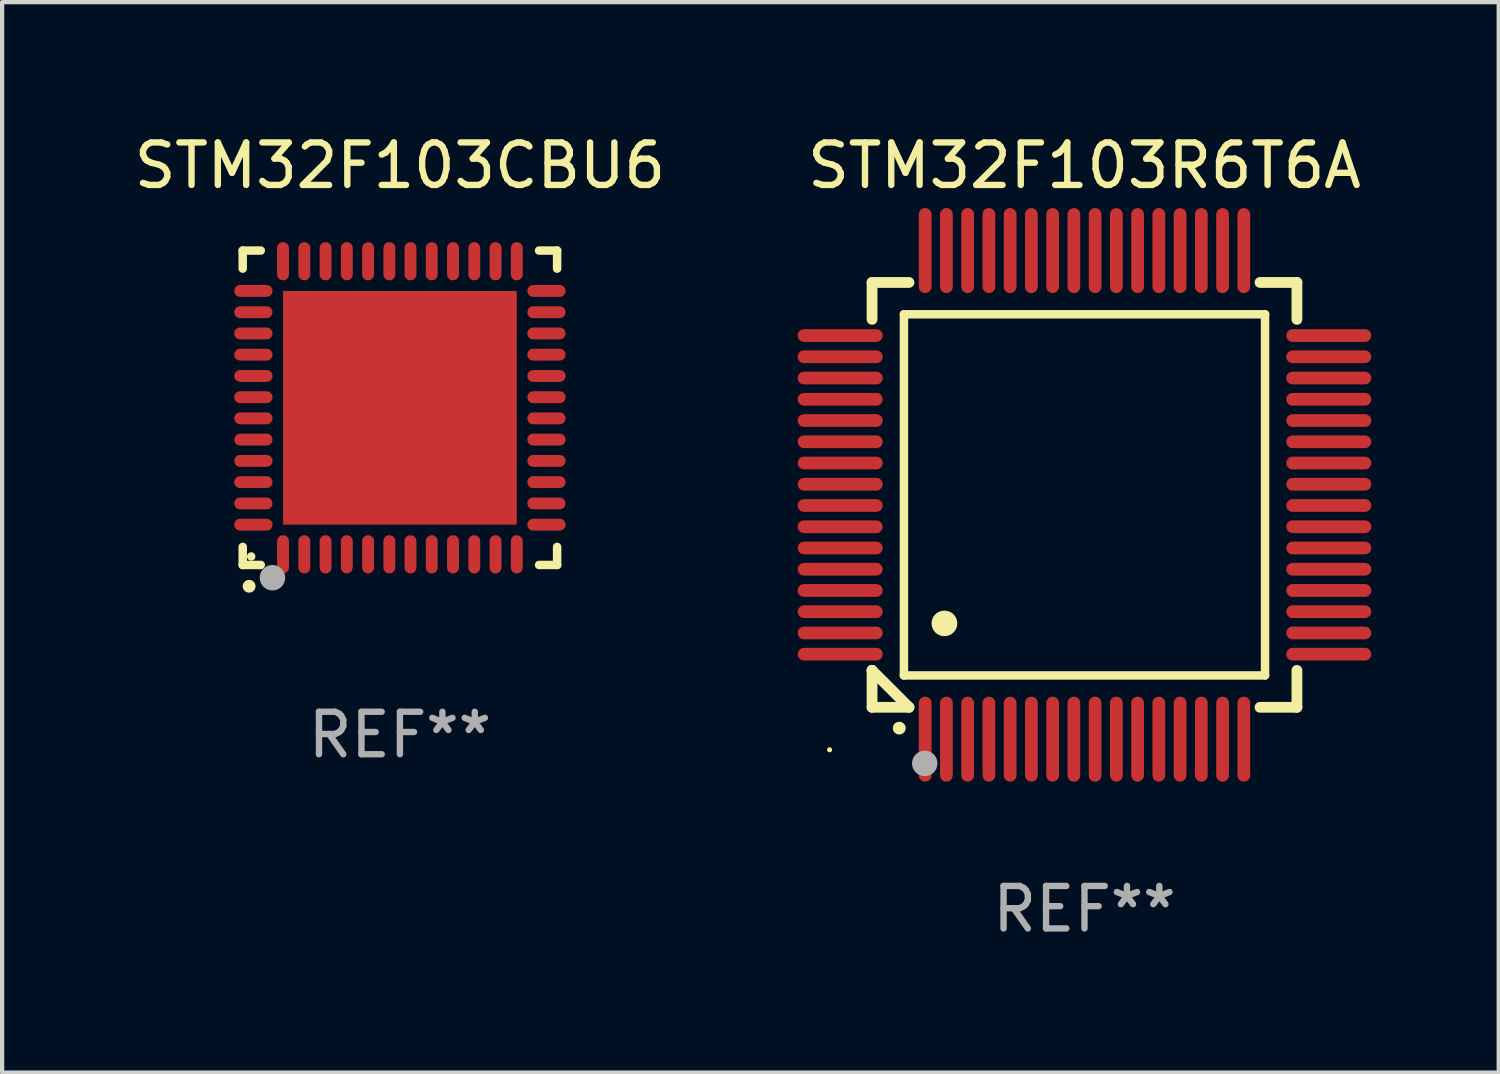
<source format=kicad_pcb>
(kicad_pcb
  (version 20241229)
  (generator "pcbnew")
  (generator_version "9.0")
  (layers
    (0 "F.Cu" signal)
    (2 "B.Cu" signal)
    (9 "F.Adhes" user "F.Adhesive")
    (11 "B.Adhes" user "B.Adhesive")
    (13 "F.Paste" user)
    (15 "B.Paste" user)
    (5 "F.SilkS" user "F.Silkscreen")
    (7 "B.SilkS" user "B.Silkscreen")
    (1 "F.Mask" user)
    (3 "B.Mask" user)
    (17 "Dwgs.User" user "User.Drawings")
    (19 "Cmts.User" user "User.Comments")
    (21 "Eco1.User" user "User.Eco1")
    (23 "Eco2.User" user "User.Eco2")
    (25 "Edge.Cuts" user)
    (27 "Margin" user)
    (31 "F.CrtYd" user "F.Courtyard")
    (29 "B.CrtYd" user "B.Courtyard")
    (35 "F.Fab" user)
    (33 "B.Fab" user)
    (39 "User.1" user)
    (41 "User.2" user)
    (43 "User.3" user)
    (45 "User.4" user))
  (footprint "STM32F103CBU6"
    (layer "F.Cu")
    (at 6.363 6.548)
    (property "Reference" "STM32F103CBU6" (at 0 -5.7 0) (layer "F.SilkS") (effects (font (size 1 1) (thickness 0.15))))
    (attr through_hole)
    (fp_line (start -3.7 -3.7) (end -3.275 -3.7) (stroke (width 0.2) (type solid)) (layer "F.SilkS"))
    (fp_line (start -3.7 -3.275) (end -3.7 -3.7) (stroke (width 0.2) (type solid)) (layer "F.SilkS"))
    (fp_line (start -3.7 3.7) (end -3.7 3.275) (stroke (width 0.2) (type solid)) (layer "F.SilkS"))
    (fp_line (start -3.275 3.7) (end -3.7 3.7) (stroke (width 0.2) (type solid)) (layer "F.SilkS"))
    (fp_line (start 3.7 -3.7) (end 3.275 -3.7) (stroke (width 0.2) (type solid)) (layer "F.SilkS"))
    (fp_line (start 3.7 -3.275) (end 3.7 -3.7) (stroke (width 0.2) (type solid)) (layer "F.SilkS"))
    (fp_line (start 3.7 3.275) (end 3.7 3.7) (stroke (width 0.2) (type solid)) (layer "F.SilkS"))
    (fp_line (start 3.7 3.7) (end 3.275 3.7) (stroke (width 0.2) (type solid)) (layer "F.SilkS"))
    (fp_arc (start -3.550927 4.201168) (mid -3.549657 4.201163) (end -3.548387 4.201168) (stroke (width 0.3) (type solid)) (layer "F.SilkS"))
    (fp_circle (center -3.5 3.5) (end -3.45 3.5) (stroke (width 0.1) (type solid)) (fill no) (layer "F.SilkS"))
    (fp_circle (center -3 4) (end -2.85 4) (stroke (width 0.3) (type solid)) (fill no) (layer "F.Fab"))
    (fp_text user "REF**" (at 0 7.7 0) (layer "F.Fab") (effects (font (size 1 1) (thickness 0.15))))
    (pad "1" smd oval (at -2.751 3.449) (size 0.28 0.9) (layers "F.Cu" "F.Mask" "F.Paste"))
    (pad "2" smd oval (at -2.25 3.449) (size 0.28 0.9) (layers "F.Cu" "F.Mask" "F.Paste"))
    (pad "3" smd oval (at -1.75 3.449) (size 0.28 0.9) (layers "F.Cu" "F.Mask" "F.Paste"))
    (pad "4" smd oval (at -1.25 3.449) (size 0.28 0.9) (layers "F.Cu" "F.Mask" "F.Paste"))
    (pad "5" smd oval (at -0.749 3.449) (size 0.28 0.9) (layers "F.Cu" "F.Mask" "F.Paste"))
    (pad "6" smd oval (at -0.249 3.449) (size 0.28 0.9) (layers "F.Cu" "F.Mask" "F.Paste"))
    (pad "7" smd oval (at 0.249 3.449) (size 0.28 0.9) (layers "F.Cu" "F.Mask" "F.Paste"))
    (pad "8" smd oval (at 0.749 3.449) (size 0.28 0.9) (layers "F.Cu" "F.Mask" "F.Paste"))
    (pad "9" smd oval (at 1.25 3.449) (size 0.28 0.9) (layers "F.Cu" "F.Mask" "F.Paste"))
    (pad "10" smd oval (at 1.75 3.449) (size 0.28 0.9) (layers "F.Cu" "F.Mask" "F.Paste"))
    (pad "11" smd oval (at 2.251 3.449) (size 0.28 0.9) (layers "F.Cu" "F.Mask" "F.Paste"))
    (pad "12" smd oval (at 2.751 3.449) (size 0.28 0.9) (layers "F.Cu" "F.Mask" "F.Paste"))
    (pad "13" smd oval (at 3.449 2.751) (size 0.9 0.28) (layers "F.Cu" "F.Mask" "F.Paste"))
    (pad "14" smd oval (at 3.449 2.251) (size 0.9 0.28) (layers "F.Cu" "F.Mask" "F.Paste"))
    (pad "15" smd oval (at 3.449 1.75) (size 0.9 0.28) (layers "F.Cu" "F.Mask" "F.Paste"))
    (pad "16" smd oval (at 3.449 1.25) (size 0.9 0.28) (layers "F.Cu" "F.Mask" "F.Paste"))
    (pad "17" smd oval (at 3.449 0.749) (size 0.9 0.28) (layers "F.Cu" "F.Mask" "F.Paste"))
    (pad "18" smd oval (at 3.449 0.249) (size 0.9 0.28) (layers "F.Cu" "F.Mask" "F.Paste"))
    (pad "19" smd oval (at 3.449 -0.249) (size 0.9 0.28) (layers "F.Cu" "F.Mask" "F.Paste"))
    (pad "20" smd oval (at 3.449 -0.749) (size 0.9 0.28) (layers "F.Cu" "F.Mask" "F.Paste"))
    (pad "21" smd oval (at 3.449 -1.25) (size 0.9 0.28) (layers "F.Cu" "F.Mask" "F.Paste"))
    (pad "22" smd oval (at 3.449 -1.75) (size 0.9 0.28) (layers "F.Cu" "F.Mask" "F.Paste"))
    (pad "23" smd oval (at 3.449 -2.25) (size 0.9 0.28) (layers "F.Cu" "F.Mask" "F.Paste"))
    (pad "24" smd oval (at 3.449 -2.751) (size 0.9 0.28) (layers "F.Cu" "F.Mask" "F.Paste"))
    (pad "25" smd oval (at 2.751 -3.449) (size 0.28 0.9) (layers "F.Cu" "F.Mask" "F.Paste"))
    (pad "26" smd oval (at 2.251 -3.449) (size 0.28 0.9) (layers "F.Cu" "F.Mask" "F.Paste"))
    (pad "27" smd oval (at 1.75 -3.449) (size 0.28 0.9) (layers "F.Cu" "F.Mask" "F.Paste"))
    (pad "28" smd oval (at 1.25 -3.449) (size 0.28 0.9) (layers "F.Cu" "F.Mask" "F.Paste"))
    (pad "29" smd oval (at 0.749 -3.449) (size 0.28 0.9) (layers "F.Cu" "F.Mask" "F.Paste"))
    (pad "30" smd oval (at 0.249 -3.449) (size 0.28 0.9) (layers "F.Cu" "F.Mask" "F.Paste"))
    (pad "31" smd oval (at -0.249 -3.449) (size 0.28 0.9) (layers "F.Cu" "F.Mask" "F.Paste"))
    (pad "32" smd oval (at -0.749 -3.449) (size 0.28 0.9) (layers "F.Cu" "F.Mask" "F.Paste"))
    (pad "33" smd oval (at -1.25 -3.449) (size 0.28 0.9) (layers "F.Cu" "F.Mask" "F.Paste"))
    (pad "34" smd oval (at -1.75 -3.449) (size 0.28 0.9) (layers "F.Cu" "F.Mask" "F.Paste"))
    (pad "35" smd oval (at -2.25 -3.449) (size 0.28 0.9) (layers "F.Cu" "F.Mask" "F.Paste"))
    (pad "36" smd oval (at -2.751 -3.449) (size 0.28 0.9) (layers "F.Cu" "F.Mask" "F.Paste"))
    (pad "37" smd oval (at -3.449 -2.751) (size 0.9 0.28) (layers "F.Cu" "F.Mask" "F.Paste"))
    (pad "38" smd oval (at -3.449 -2.25) (size 0.9 0.28) (layers "F.Cu" "F.Mask" "F.Paste"))
    (pad "39" smd oval (at -3.449 -1.75) (size 0.9 0.28) (layers "F.Cu" "F.Mask" "F.Paste"))
    (pad "40" smd oval (at -3.449 -1.25) (size 0.9 0.28) (layers "F.Cu" "F.Mask" "F.Paste"))
    (pad "41" smd oval (at -3.449 -0.749) (size 0.9 0.28) (layers "F.Cu" "F.Mask" "F.Paste"))
    (pad "42" smd oval (at -3.449 -0.249) (size 0.9 0.28) (layers "F.Cu" "F.Mask" "F.Paste"))
    (pad "43" smd oval (at -3.449 0.249) (size 0.9 0.28) (layers "F.Cu" "F.Mask" "F.Paste"))
    (pad "44" smd oval (at -3.449 0.749) (size 0.9 0.28) (layers "F.Cu" "F.Mask" "F.Paste"))
    (pad "45" smd oval (at -3.449 1.25) (size 0.9 0.28) (layers "F.Cu" "F.Mask" "F.Paste"))
    (pad "46" smd oval (at -3.449 1.75) (size 0.9 0.28) (layers "F.Cu" "F.Mask" "F.Paste"))
    (pad "47" smd oval (at -3.449 2.251) (size 0.9 0.28) (layers "F.Cu" "F.Mask" "F.Paste"))
    (pad "48" smd oval (at -3.449 2.751) (size 0.9 0.28) (layers "F.Cu" "F.Mask" "F.Paste"))
    (pad "49" smd rect (at 0.000076 0.000076) (size 5.5 5.5) (layers "F.Cu" "F.Mask" "F.Paste")))
  (footprint "STM32F103R6T6A"
    (layer "F.Cu")
    (at 22.476 8.598)
    (property "Reference" "STM32F103R6T6A" (at 0 -7.75 0) (layer "F.SilkS") (effects (font (size 1 1) (thickness 0.15))))
    (attr through_hole)
    (fp_line (start -5 -5) (end -4.131 -5) (stroke (width 0.254) (type solid)) (layer "F.SilkS"))
    (fp_line (start -5 -4.131) (end -5 -5) (stroke (width 0.254) (type solid)) (layer "F.SilkS"))
    (fp_line (start -5 4.131) (end -5 4.131) (stroke (width 0.254) (type solid)) (layer "F.SilkS"))
    (fp_line (start -5 5) (end -5 4.131) (stroke (width 0.254) (type solid)) (layer "F.SilkS"))
    (fp_line (start -5 4.131) (end -4.131 5) (stroke (width 0.254) (type solid)) (layer "F.SilkS"))
    (fp_line (start -4.25 -4.25) (end -4.25 4.25) (stroke (width 0.2) (type solid)) (layer "F.SilkS"))
    (fp_line (start -4.25 4.25) (end 4.25 4.25) (stroke (width 0.2) (type solid)) (layer "F.SilkS"))
    (fp_line (start -4.131 5) (end -5 5) (stroke (width 0.254) (type solid)) (layer "F.SilkS"))
    (fp_line (start 4.25 -4.25) (end -4.25 -4.25) (stroke (width 0.2) (type solid)) (layer "F.SilkS"))
    (fp_line (start 4.25 4.25) (end 4.25 -4.25) (stroke (width 0.2) (type solid)) (layer "F.SilkS"))
    (fp_line (start 5 -5) (end 4.131 -5) (stroke (width 0.254) (type solid)) (layer "F.SilkS"))
    (fp_line (start 5 -5) (end 5 -4.131) (stroke (width 0.254) (type solid)) (layer "F.SilkS"))
    (fp_line (start 5 4.131) (end 5 5) (stroke (width 0.254) (type solid)) (layer "F.SilkS"))
    (fp_line (start 5 5) (end 4.131 5) (stroke (width 0.254) (type solid)) (layer "F.SilkS"))
    (fp_arc (start -4.361265 5.489992) (mid -4.359995 5.489987) (end -4.358725 5.489992) (stroke (width 0.3) (type solid)) (layer "F.SilkS"))
    (fp_arc (start -3.299467 3.025146) (mid -3.296927 3.025135) (end -3.294387 3.025146) (stroke (width 0.6) (type solid)) (layer "F.SilkS"))
    (fp_circle (center -6 6) (end -5.97 6) (stroke (width 0.06) (type solid)) (fill no) (layer "F.SilkS"))
    (fp_circle (center -3.76 6.32) (end -3.61 6.32) (stroke (width 0.3) (type solid)) (fill no) (layer "F.Fab"))
    (fp_text user "REF**" (at 0 9.75 0) (layer "F.Fab") (effects (font (size 1 1) (thickness 0.15))))
    (pad "1" smd oval (at -3.75 5.75) (size 0.3 2) (layers "F.Cu" "F.Mask" "F.Paste"))
    (pad "2" smd oval (at -3.25 5.75) (size 0.3 2) (layers "F.Cu" "F.Mask" "F.Paste"))
    (pad "3" smd oval (at -2.75 5.75) (size 0.3 2) (layers "F.Cu" "F.Mask" "F.Paste"))
    (pad "4" smd oval (at -2.25 5.75) (size 0.3 2) (layers "F.Cu" "F.Mask" "F.Paste"))
    (pad "5" smd oval (at -1.75 5.75) (size 0.3 2) (layers "F.Cu" "F.Mask" "F.Paste"))
    (pad "6" smd oval (at -1.25 5.75) (size 0.3 2) (layers "F.Cu" "F.Mask" "F.Paste"))
    (pad "7" smd oval (at -0.75 5.75) (size 0.3 2) (layers "F.Cu" "F.Mask" "F.Paste"))
    (pad "8" smd oval (at -0.25 5.75) (size 0.3 2) (layers "F.Cu" "F.Mask" "F.Paste"))
    (pad "9" smd oval (at 0.25 5.75) (size 0.3 2) (layers "F.Cu" "F.Mask" "F.Paste"))
    (pad "10" smd oval (at 0.75 5.75) (size 0.3 2) (layers "F.Cu" "F.Mask" "F.Paste"))
    (pad "11" smd oval (at 1.25 5.75) (size 0.3 2) (layers "F.Cu" "F.Mask" "F.Paste"))
    (pad "12" smd oval (at 1.75 5.75) (size 0.3 2) (layers "F.Cu" "F.Mask" "F.Paste"))
    (pad "13" smd oval (at 2.25 5.75) (size 0.3 2) (layers "F.Cu" "F.Mask" "F.Paste"))
    (pad "14" smd oval (at 2.75 5.75) (size 0.3 2) (layers "F.Cu" "F.Mask" "F.Paste"))
    (pad "15" smd oval (at 3.25 5.75) (size 0.3 2) (layers "F.Cu" "F.Mask" "F.Paste"))
    (pad "16" smd oval (at 3.75 5.75) (size 0.3 2) (layers "F.Cu" "F.Mask" "F.Paste"))
    (pad "17" smd oval (at 5.75 3.75) (size 2 0.3) (layers "F.Cu" "F.Mask" "F.Paste"))
    (pad "18" smd oval (at 5.75 3.25) (size 2 0.3) (layers "F.Cu" "F.Mask" "F.Paste"))
    (pad "19" smd oval (at 5.75 2.75) (size 2 0.3) (layers "F.Cu" "F.Mask" "F.Paste"))
    (pad "20" smd oval (at 5.75 2.25) (size 2 0.3) (layers "F.Cu" "F.Mask" "F.Paste"))
    (pad "21" smd oval (at 5.75 1.75) (size 2 0.3) (layers "F.Cu" "F.Mask" "F.Paste"))
    (pad "22" smd oval (at 5.75 1.25) (size 2 0.3) (layers "F.Cu" "F.Mask" "F.Paste"))
    (pad "23" smd oval (at 5.75 0.75) (size 2 0.3) (layers "F.Cu" "F.Mask" "F.Paste"))
    (pad "24" smd oval (at 5.75 0.25) (size 2 0.3) (layers "F.Cu" "F.Mask" "F.Paste"))
    (pad "25" smd oval (at 5.75 -0.25) (size 2 0.3) (layers "F.Cu" "F.Mask" "F.Paste"))
    (pad "26" smd oval (at 5.75 -0.75) (size 2 0.3) (layers "F.Cu" "F.Mask" "F.Paste"))
    (pad "27" smd oval (at 5.75 -1.25) (size 2 0.3) (layers "F.Cu" "F.Mask" "F.Paste"))
    (pad "28" smd oval (at 5.75 -1.75) (size 2 0.3) (layers "F.Cu" "F.Mask" "F.Paste"))
    (pad "29" smd oval (at 5.75 -2.25) (size 2 0.3) (layers "F.Cu" "F.Mask" "F.Paste"))
    (pad "30" smd oval (at 5.75 -2.75) (size 2 0.3) (layers "F.Cu" "F.Mask" "F.Paste"))
    (pad "31" smd oval (at 5.75 -3.25) (size 2 0.3) (layers "F.Cu" "F.Mask" "F.Paste"))
    (pad "32" smd oval (at 5.75 -3.75) (size 2 0.3) (layers "F.Cu" "F.Mask" "F.Paste"))
    (pad "33" smd oval (at 3.75 -5.75) (size 0.3 2) (layers "F.Cu" "F.Mask" "F.Paste"))
    (pad "34" smd oval (at 3.25 -5.75) (size 0.3 2) (layers "F.Cu" "F.Mask" "F.Paste"))
    (pad "35" smd oval (at 2.75 -5.75) (size 0.3 2) (layers "F.Cu" "F.Mask" "F.Paste"))
    (pad "36" smd oval (at 2.25 -5.75) (size 0.3 2) (layers "F.Cu" "F.Mask" "F.Paste"))
    (pad "37" smd oval (at 1.75 -5.75) (size 0.3 2) (layers "F.Cu" "F.Mask" "F.Paste"))
    (pad "38" smd oval (at 1.25 -5.75) (size 0.3 2) (layers "F.Cu" "F.Mask" "F.Paste"))
    (pad "39" smd oval (at 0.75 -5.75) (size 0.3 2) (layers "F.Cu" "F.Mask" "F.Paste"))
    (pad "40" smd oval (at 0.25 -5.75) (size 0.3 2) (layers "F.Cu" "F.Mask" "F.Paste"))
    (pad "41" smd oval (at -0.25 -5.75) (size 0.3 2) (layers "F.Cu" "F.Mask" "F.Paste"))
    (pad "42" smd oval (at -0.75 -5.75) (size 0.3 2) (layers "F.Cu" "F.Mask" "F.Paste"))
    (pad "43" smd oval (at -1.25 -5.75) (size 0.3 2) (layers "F.Cu" "F.Mask" "F.Paste"))
    (pad "44" smd oval (at -1.75 -5.75) (size 0.3 2) (layers "F.Cu" "F.Mask" "F.Paste"))
    (pad "45" smd oval (at -2.25 -5.75) (size 0.3 2) (layers "F.Cu" "F.Mask" "F.Paste"))
    (pad "46" smd oval (at -2.75 -5.75) (size 0.3 2) (layers "F.Cu" "F.Mask" "F.Paste"))
    (pad "47" smd oval (at -3.25 -5.75) (size 0.3 2) (layers "F.Cu" "F.Mask" "F.Paste"))
    (pad "48" smd oval (at -3.75 -5.75) (size 0.3 2) (layers "F.Cu" "F.Mask" "F.Paste"))
    (pad "49" smd oval (at -5.75 -3.75) (size 2 0.3) (layers "F.Cu" "F.Mask" "F.Paste"))
    (pad "50" smd oval (at -5.75 -3.25) (size 2 0.3) (layers "F.Cu" "F.Mask" "F.Paste"))
    (pad "51" smd oval (at -5.75 -2.75) (size 2 0.3) (layers "F.Cu" "F.Mask" "F.Paste"))
    (pad "52" smd oval (at -5.75 -2.25) (size 2 0.3) (layers "F.Cu" "F.Mask" "F.Paste"))
    (pad "53" smd oval (at -5.75 -1.75) (size 2 0.3) (layers "F.Cu" "F.Mask" "F.Paste"))
    (pad "54" smd oval (at -5.75 -1.25) (size 2 0.3) (layers "F.Cu" "F.Mask" "F.Paste"))
    (pad "55" smd oval (at -5.75 -0.75) (size 2 0.3) (layers "F.Cu" "F.Mask" "F.Paste"))
    (pad "56" smd oval (at -5.75 -0.25) (size 2 0.3) (layers "F.Cu" "F.Mask" "F.Paste"))
    (pad "57" smd oval (at -5.75 0.25) (size 2 0.3) (layers "F.Cu" "F.Mask" "F.Paste"))
    (pad "58" smd oval (at -5.75 0.75) (size 2 0.3) (layers "F.Cu" "F.Mask" "F.Paste"))
    (pad "59" smd oval (at -5.75 1.25) (size 2 0.3) (layers "F.Cu" "F.Mask" "F.Paste"))
    (pad "60" smd oval (at -5.75 1.75) (size 2 0.3) (layers "F.Cu" "F.Mask" "F.Paste"))
    (pad "61" smd oval (at -5.75 2.25) (size 2 0.3) (layers "F.Cu" "F.Mask" "F.Paste"))
    (pad "62" smd oval (at -5.75 2.75) (size 2 0.3) (layers "F.Cu" "F.Mask" "F.Paste"))
    (pad "63" smd oval (at -5.75 3.25) (size 2 0.3) (layers "F.Cu" "F.Mask" "F.Paste"))
    (pad "64" smd oval (at -5.75 3.75) (size 2 0.3) (layers "F.Cu" "F.Mask" "F.Paste")))
  (gr_rect
    (start -3 -3)
    (end 32.226 22.196)
    (stroke (width 0.1) (type default))
    (fill no)
    (layer "Edge.Cuts")))
</source>
